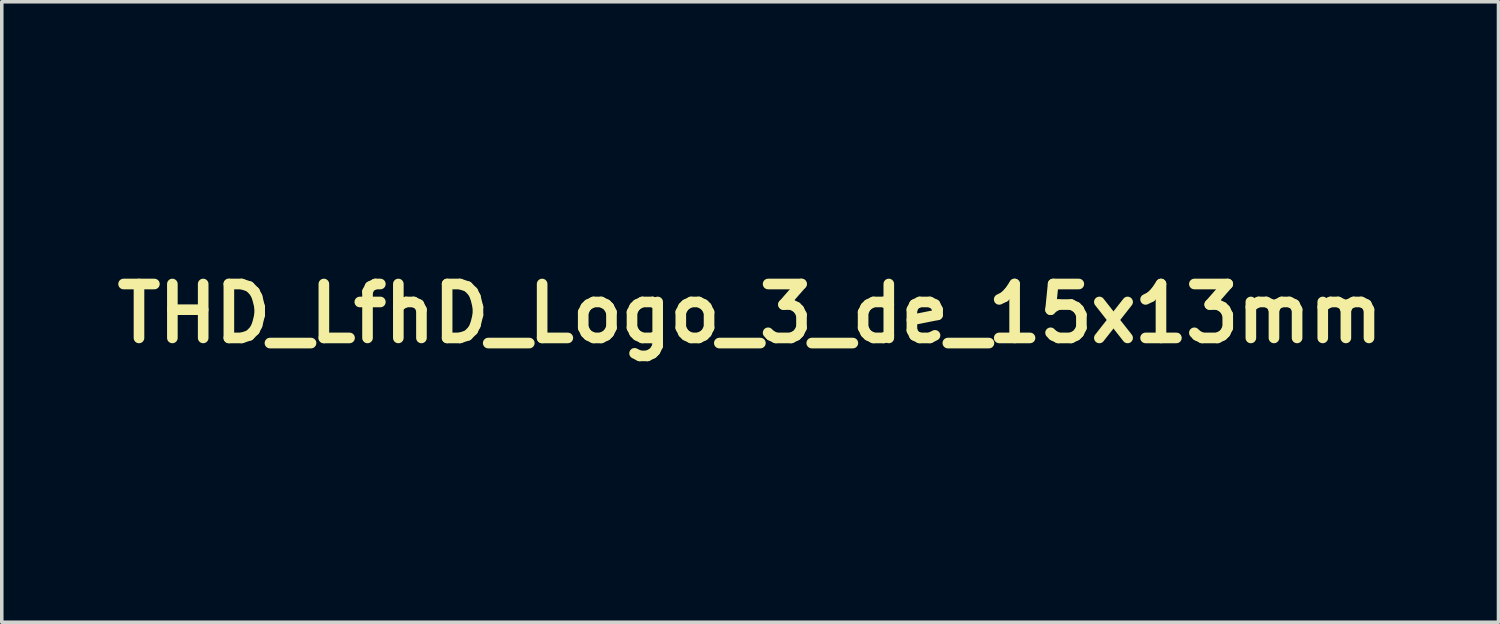
<source format=kicad_pcb>
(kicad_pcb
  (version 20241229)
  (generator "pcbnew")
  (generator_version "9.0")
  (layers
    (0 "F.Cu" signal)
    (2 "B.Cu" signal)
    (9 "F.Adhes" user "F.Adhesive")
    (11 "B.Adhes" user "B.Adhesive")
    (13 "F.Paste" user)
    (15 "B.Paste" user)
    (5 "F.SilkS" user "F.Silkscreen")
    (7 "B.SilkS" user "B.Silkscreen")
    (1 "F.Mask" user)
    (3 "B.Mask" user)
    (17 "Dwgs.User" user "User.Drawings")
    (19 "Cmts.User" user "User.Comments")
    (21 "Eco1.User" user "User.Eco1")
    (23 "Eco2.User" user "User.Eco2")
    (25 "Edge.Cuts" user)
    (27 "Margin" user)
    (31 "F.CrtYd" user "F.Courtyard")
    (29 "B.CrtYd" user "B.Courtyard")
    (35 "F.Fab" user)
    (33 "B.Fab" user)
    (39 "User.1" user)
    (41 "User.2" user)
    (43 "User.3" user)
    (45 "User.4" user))
  (footprint "THD_LfhD_Logo_3_de_15x13mm"
    (layer "F.Cu")
    (at 18.15 5.811)
    (property "Reference" "THD_LfhD_Logo_3_de_15x13mm" (at 0 0 0) (layer "F.SilkS") (effects (font (size 1.524 1.524) (thickness 0.3))))
    (attr through_hole)
    (fp_poly (pts (xy -3.855 5.67) (xy -5.443 5.67) (xy -5.443 0.953) (xy -3.855 0.953) (xy -3.855 5.67)) (stroke (width 0.01) (type solid)) (fill yes) (layer "F.Mask"))
    (fp_poly (pts (xy -0.454 5.624) (xy -2.041 5.624) (xy -2.041 0.953) (xy -0.454 0.953) (xy -0.454 5.624)) (stroke (width 0.01) (type solid)) (fill yes) (layer "F.Mask"))
    (fp_poly (pts (xy 1.406 -0.454) (xy 1.179 -0.454) (xy 1.179 -1.633) (xy 1.406 -1.633) (xy 1.406 -0.454)) (stroke (width 0.01) (type solid)) (fill yes) (layer "F.Mask"))
    (fp_poly (pts (xy -1.236 -1.625) (xy -1.111 -1.61) (xy -1.085 -0.726) (xy -0.499 -0.726) (xy -0.499 -0.454) (xy -1.361 -0.454) (xy -1.361 -1.639) (xy -1.236 -1.625)) (stroke (width 0.01) (type solid)) (fill yes) (layer "F.Mask"))
    (fp_poly (pts (xy 3.251 -5.774) (xy 3.266 -5.715) (xy 3.234 -5.639) (xy 3.175 -5.624) (xy 3.099 -5.656) (xy 3.084 -5.715) (xy 3.116 -5.791) (xy 3.175 -5.806) (xy 3.251 -5.774)) (stroke (width 0.01) (type solid)) (fill yes) (layer "F.Mask"))
    (fp_poly (pts (xy 3.614 -5.774) (xy 3.629 -5.715) (xy 3.596 -5.639) (xy 3.538 -5.624) (xy 3.462 -5.656) (xy 3.447 -5.715) (xy 3.479 -5.791) (xy 3.538 -5.806) (xy 3.614 -5.774)) (stroke (width 0.01) (type solid)) (fill yes) (layer "F.Mask"))
    (fp_poly (pts (xy -0.136 -1.089) (xy -0.136 -0.874) (xy -0.136 -0.694) (xy -0.135 -0.566) (xy -0.135 -0.51) (xy -0.172 -0.48) (xy -0.248 -0.462) (xy -0.363 -0.448) (xy -0.363 -1.633) (xy -0.136 -1.633) (xy -0.136 -1.089)) (stroke (width 0.01) (type solid)) (fill yes) (layer "F.Mask"))
    (fp_poly (pts (xy 1.849 2.937) (xy 1.837 5.692) (xy 1.645 5.706) (xy 1.453 5.72) (xy 1.429 3.152) (xy 0.68 3.146) (xy -0.068 3.14) (xy -0.082 2.931) (xy -0.096 2.721) (xy 1.451 2.721) (xy 1.451 0.181) (xy 1.86 0.181) (xy 1.849 2.937)) (stroke (width 0.01) (type solid)) (fill yes) (layer "F.Mask"))
    (fp_poly (pts (xy -2.495 -1.497) (xy -2.503 -1.405) (xy -2.548 -1.368) (xy -2.653 -1.361) (xy -2.812 -1.361) (xy -2.812 -0.454) (xy -3.084 -0.454) (xy -3.084 -1.361) (xy -3.266 -1.361) (xy -3.382 -1.366) (xy -3.434 -1.395) (xy -3.447 -1.468) (xy -3.447 -1.497) (xy -3.447 -1.633) (xy -2.495 -1.633) (xy -2.495 -1.497)) (stroke (width 0.01) (type solid)) (fill yes) (layer "F.Mask"))
    (fp_poly (pts (xy -3.629 -0.454) (xy -3.739 -0.454) (xy -3.83 -0.466) (xy -3.866 -0.488) (xy -3.87 -0.544) (xy -3.872 -0.672) (xy -3.87 -0.853) (xy -3.865 -1.068) (xy -3.864 -1.077) (xy -3.857 -1.309) (xy -3.849 -1.466) (xy -3.836 -1.561) (xy -3.816 -1.611) (xy -3.785 -1.63) (xy -3.74 -1.633) (xy -3.629 -1.633) (xy -3.629 -0.454)) (stroke (width 0.01) (type solid)) (fill yes) (layer "F.Mask"))
    (fp_poly (pts (xy -5.352 -0.454) (xy -5.463 -0.454) (xy -5.553 -0.466) (xy -5.588 -0.488) (xy -5.592 -0.544) (xy -5.593 -0.672) (xy -5.592 -0.853) (xy -5.588 -1.068) (xy -5.588 -1.077) (xy -5.581 -1.309) (xy -5.574 -1.466) (xy -5.562 -1.561) (xy -5.542 -1.611) (xy -5.511 -1.63) (xy -5.466 -1.633) (xy -5.463 -1.633) (xy -5.352 -1.633) (xy -5.352 -0.454)) (stroke (width 0.01) (type solid)) (fill yes) (layer "F.Mask"))
    (fp_poly (pts (xy -0.454 0.635) (xy -3.084 0.635) (xy -3.084 5.614) (xy -3.186 5.641) (xy -3.332 5.666) (xy -3.453 5.662) (xy -3.508 5.639) (xy -3.513 5.59) (xy -3.519 5.457) (xy -3.523 5.251) (xy -3.528 4.979) (xy -3.531 4.65) (xy -3.534 4.272) (xy -3.537 3.853) (xy -3.538 3.401) (xy -3.538 3.122) (xy -3.538 0.635) (xy -6.169 0.635) (xy -6.169 0.181) (xy -0.454 0.181) (xy -0.454 0.635)) (stroke (width 0.01) (type solid)) (fill yes) (layer "F.Mask"))
    (fp_poly (pts (xy 3.799 2.913) (xy 3.787 5.647) (xy 3.049 5.659) (xy 2.758 5.663) (xy 2.547 5.66) (xy 2.406 5.652) (xy 2.323 5.638) (xy 2.29 5.616) (xy 2.289 5.614) (xy 2.285 5.559) (xy 2.282 5.422) (xy 2.28 5.21) (xy 2.278 4.932) (xy 2.276 4.596) (xy 2.276 4.21) (xy 2.276 3.782) (xy 2.277 3.32) (xy 2.279 2.88) (xy 2.291 0.204) (xy 3.051 0.192) (xy 3.811 0.179) (xy 3.799 2.913)) (stroke (width 0.01) (type solid)) (fill yes) (layer "F.Mask"))
    (fp_poly (pts (xy 2.54 -1.361) (xy 2.227 -1.361) (xy 2.042 -1.354) (xy 1.934 -1.334) (xy 1.89 -1.297) (xy 1.88 -1.238) (xy 1.915 -1.203) (xy 2.008 -1.185) (xy 2.176 -1.179) (xy 2.207 -1.179) (xy 2.495 -1.179) (xy 2.495 -0.907) (xy 2.205 -0.907) (xy 2.026 -0.9) (xy 1.924 -0.876) (xy 1.89 -0.844) (xy 1.88 -0.786) (xy 1.912 -0.751) (xy 2.001 -0.732) (xy 2.162 -0.726) (xy 2.23 -0.726) (xy 2.54 -0.726) (xy 2.54 -0.454) (xy 1.633 -0.454) (xy 1.633 -1.633) (xy 2.54 -1.633) (xy 2.54 -1.361)) (stroke (width 0.01) (type solid)) (fill yes) (layer "F.Mask"))
    (fp_poly (pts (xy 3.073 -3.516) (xy 3.194 -3.403) (xy 3.335 -3.205) (xy 3.353 -3.175) (xy 3.561 -2.835) (xy 3.587 -3.544) (xy 3.71 -3.529) (xy 3.833 -3.515) (xy 3.845 -2.937) (xy 3.858 -2.359) (xy 3.709 -2.36) (xy 3.634 -2.367) (xy 3.572 -2.397) (xy 3.508 -2.465) (xy 3.427 -2.587) (xy 3.356 -2.704) (xy 3.152 -3.048) (xy 3.139 -2.703) (xy 3.126 -2.359) (xy 2.857 -2.359) (xy 2.858 -2.892) (xy 2.862 -3.107) (xy 2.87 -3.291) (xy 2.883 -3.425) (xy 2.897 -3.485) (xy 2.974 -3.544) (xy 3.073 -3.516)) (stroke (width 0.01) (type solid)) (fill yes) (layer "F.Mask"))
    (fp_poly (pts (xy -6.5 -3.506) (xy -6.488 -3.428) (xy -6.486 -3.314) (xy -6.486 -3.084) (xy -6.037 -3.084) (xy -6.024 -3.3) (xy -6.011 -3.43) (xy -5.984 -3.494) (xy -5.93 -3.514) (xy -5.896 -3.515) (xy -5.783 -3.515) (xy -5.77 -2.937) (xy -5.758 -2.359) (xy -5.895 -2.359) (xy -5.976 -2.363) (xy -6.017 -2.394) (xy -6.031 -2.472) (xy -6.032 -2.585) (xy -6.032 -2.812) (xy -6.486 -2.812) (xy -6.486 -2.585) (xy -6.489 -2.451) (xy -6.507 -2.384) (xy -6.555 -2.361) (xy -6.623 -2.359) (xy -6.761 -2.359) (xy -6.748 -2.937) (xy -6.736 -3.515) (xy -6.611 -3.53) (xy -6.537 -3.533) (xy -6.5 -3.506)) (stroke (width 0.01) (type solid)) (fill yes) (layer "F.Mask"))
    (fp_poly (pts (xy 6.067 -3.53) (xy 6.191 -3.515) (xy 6.204 -2.937) (xy 6.217 -2.359) (xy 6.079 -2.359) (xy 5.998 -2.363) (xy 5.957 -2.394) (xy 5.943 -2.472) (xy 5.942 -2.585) (xy 5.942 -2.812) (xy 5.488 -2.812) (xy 5.488 -2.585) (xy 5.485 -2.451) (xy 5.467 -2.384) (xy 5.419 -2.361) (xy 5.351 -2.359) (xy 5.213 -2.359) (xy 5.226 -2.937) (xy 5.239 -3.515) (xy 5.363 -3.53) (xy 5.437 -3.533) (xy 5.474 -3.506) (xy 5.487 -3.428) (xy 5.488 -3.314) (xy 5.488 -3.084) (xy 5.942 -3.084) (xy 5.942 -3.314) (xy 5.945 -3.449) (xy 5.961 -3.515) (xy 6.004 -3.534) (xy 6.067 -3.53)) (stroke (width 0.01) (type solid)) (fill yes) (layer "F.Mask"))
    (fp_poly (pts (xy 2.668 -5.409) (xy 2.654 -5.34) (xy 2.619 -5.302) (xy 2.541 -5.282) (xy 2.397 -5.272) (xy 2.37 -5.271) (xy 2.213 -5.26) (xy 2.127 -5.241) (xy 2.092 -5.207) (xy 2.086 -5.169) (xy 2.098 -5.117) (xy 2.146 -5.091) (xy 2.254 -5.081) (xy 2.336 -5.08) (xy 2.479 -5.078) (xy 2.553 -5.063) (xy 2.581 -5.023) (xy 2.585 -4.946) (xy 2.585 -4.944) (xy 2.581 -4.866) (xy 2.554 -4.826) (xy 2.481 -4.81) (xy 2.34 -4.808) (xy 2.086 -4.808) (xy 2.086 -4.581) (xy 2.083 -4.447) (xy 2.065 -4.38) (xy 2.018 -4.357) (xy 1.95 -4.354) (xy 1.814 -4.354) (xy 1.814 -5.534) (xy 2.682 -5.534) (xy 2.668 -5.409)) (stroke (width 0.01) (type solid)) (fill yes) (layer "F.Mask"))
    (fp_poly (pts (xy 2.676 -3.27) (xy 2.37 -3.256) (xy 2.201 -3.245) (xy 2.104 -3.224) (xy 2.059 -3.19) (xy 2.05 -3.164) (xy 2.052 -3.121) (xy 2.094 -3.097) (xy 2.192 -3.086) (xy 2.333 -3.084) (xy 2.631 -3.084) (xy 2.631 -2.95) (xy 2.627 -2.877) (xy 2.601 -2.836) (xy 2.532 -2.816) (xy 2.4 -2.806) (xy 2.348 -2.803) (xy 2.186 -2.79) (xy 2.094 -2.767) (xy 2.055 -2.728) (xy 2.05 -2.71) (xy 2.052 -2.668) (xy 2.092 -2.644) (xy 2.186 -2.633) (xy 2.353 -2.631) (xy 2.676 -2.631) (xy 2.676 -2.359) (xy 1.766 -2.359) (xy 1.779 -2.937) (xy 1.792 -3.515) (xy 2.234 -3.528) (xy 2.676 -3.541) (xy 2.676 -3.27)) (stroke (width 0.01) (type solid)) (fill yes) (layer "F.Mask"))
    (fp_poly (pts (xy 7.303 -3.404) (xy 7.299 -3.333) (xy 7.275 -3.292) (xy 7.211 -3.271) (xy 7.087 -3.261) (xy 6.997 -3.256) (xy 6.828 -3.245) (xy 6.73 -3.224) (xy 6.685 -3.19) (xy 6.676 -3.164) (xy 6.679 -3.121) (xy 6.72 -3.097) (xy 6.819 -3.086) (xy 6.959 -3.084) (xy 7.257 -3.084) (xy 7.257 -2.95) (xy 7.253 -2.877) (xy 7.227 -2.836) (xy 7.159 -2.816) (xy 7.026 -2.806) (xy 6.974 -2.803) (xy 6.812 -2.79) (xy 6.721 -2.767) (xy 6.681 -2.728) (xy 6.676 -2.71) (xy 6.679 -2.668) (xy 6.718 -2.644) (xy 6.812 -2.633) (xy 6.979 -2.631) (xy 7.303 -2.631) (xy 7.303 -2.359) (xy 6.395 -2.359) (xy 6.395 -3.538) (xy 7.303 -3.538) (xy 7.303 -3.404)) (stroke (width 0.01) (type solid)) (fill yes) (layer "F.Mask"))
    (fp_poly (pts (xy -6.126 -1.62) (xy -6.048 -1.594) (xy -5.98 -1.541) (xy -5.944 -1.506) (xy -5.823 -1.325) (xy -5.769 -1.111) (xy -5.782 -0.888) (xy -5.862 -0.685) (xy -5.942 -0.583) (xy -6.014 -0.517) (xy -6.087 -0.479) (xy -6.187 -0.46) (xy -6.339 -0.454) (xy -6.426 -0.454) (xy -6.781 -0.453) (xy -6.771 -1.032) (xy -6.765 -1.361) (xy -6.531 -1.361) (xy -6.531 -0.726) (xy -6.37 -0.726) (xy -6.234 -0.739) (xy -6.125 -0.77) (xy -6.12 -0.773) (xy -6.064 -0.825) (xy -6.038 -0.921) (xy -6.032 -1.043) (xy -6.049 -1.208) (xy -6.109 -1.306) (xy -6.229 -1.352) (xy -6.37 -1.361) (xy -6.531 -1.361) (xy -6.765 -1.361) (xy -6.761 -1.61) (xy -6.418 -1.623) (xy -6.24 -1.628) (xy -6.126 -1.62)) (stroke (width 0.01) (type solid)) (fill yes) (layer "F.Mask"))
    (fp_poly (pts (xy 3.084 -5.134) (xy 3.09 -4.911) (xy 3.11 -4.763) (xy 3.152 -4.676) (xy 3.222 -4.635) (xy 3.311 -4.626) (xy 3.411 -4.638) (xy 3.477 -4.684) (xy 3.516 -4.778) (xy 3.534 -4.935) (xy 3.538 -5.134) (xy 3.539 -5.325) (xy 3.545 -5.443) (xy 3.561 -5.505) (xy 3.593 -5.529) (xy 3.645 -5.534) (xy 3.651 -5.534) (xy 3.765 -5.534) (xy 3.765 -5.055) (xy 3.763 -4.839) (xy 3.756 -4.694) (xy 3.74 -4.598) (xy 3.711 -4.533) (xy 3.665 -4.478) (xy 3.653 -4.466) (xy 3.518 -4.385) (xy 3.34 -4.351) (xy 3.157 -4.363) (xy 3.008 -4.425) (xy 2.996 -4.434) (xy 2.906 -4.556) (xy 2.847 -4.756) (xy 2.817 -5.037) (xy 2.813 -5.205) (xy 2.812 -5.534) (xy 3.084 -5.534) (xy 3.084 -5.134)) (stroke (width 0.01) (type solid)) (fill yes) (layer "F.Mask"))
    (fp_poly (pts (xy -2.549 -3.527) (xy -2.472 -3.503) (xy -2.408 -3.453) (xy -2.356 -3.399) (xy -2.283 -3.312) (xy -2.243 -3.227) (xy -2.226 -3.112) (xy -2.223 -2.948) (xy -2.227 -2.776) (xy -2.245 -2.664) (xy -2.287 -2.579) (xy -2.354 -2.499) (xy -2.425 -2.43) (xy -2.492 -2.388) (xy -2.581 -2.367) (xy -2.717 -2.359) (xy -2.854 -2.359) (xy -3.223 -2.359) (xy -3.21 -2.937) (xy -3.203 -3.266) (xy -2.948 -3.266) (xy -2.948 -2.631) (xy -2.746 -2.631) (xy -2.603 -2.642) (xy -2.522 -2.683) (xy -2.496 -2.718) (xy -2.455 -2.863) (xy -2.459 -3.023) (xy -2.505 -3.157) (xy -2.524 -3.183) (xy -2.641 -3.249) (xy -2.774 -3.266) (xy -2.948 -3.266) (xy -3.203 -3.266) (xy -3.198 -3.515) (xy -2.844 -3.528) (xy -2.664 -3.533) (xy -2.549 -3.527)) (stroke (width 0.01) (type solid)) (fill yes) (layer "F.Mask"))
    (fp_poly (pts (xy 4.15 -1.61) (xy 4.163 -1.191) (xy 4.171 -0.994) (xy 4.182 -0.869) (xy 4.201 -0.798) (xy 4.234 -0.763) (xy 4.284 -0.745) (xy 4.402 -0.722) (xy 4.481 -0.732) (xy 4.531 -0.789) (xy 4.559 -0.906) (xy 4.576 -1.096) (xy 4.581 -1.18) (xy 4.592 -1.379) (xy 4.605 -1.506) (xy 4.624 -1.577) (xy 4.656 -1.609) (xy 4.707 -1.622) (xy 4.728 -1.625) (xy 4.853 -1.639) (xy 4.853 -1.157) (xy 4.852 -0.942) (xy 4.846 -0.797) (xy 4.831 -0.703) (xy 4.802 -0.64) (xy 4.756 -0.587) (xy 4.733 -0.565) (xy 4.581 -0.477) (xy 4.396 -0.445) (xy 4.211 -0.468) (xy 4.059 -0.547) (xy 4.033 -0.571) (xy 3.983 -0.632) (xy 3.95 -0.702) (xy 3.929 -0.802) (xy 3.916 -0.952) (xy 3.908 -1.164) (xy 3.892 -1.64) (xy 4.15 -1.61)) (stroke (width 0.01) (type solid)) (fill yes) (layer "F.Mask"))
    (fp_poly (pts (xy 6.032 -0.454) (xy 5.899 -0.454) (xy 5.824 -0.463) (xy 5.761 -0.502) (xy 5.694 -0.589) (xy 5.605 -0.739) (xy 5.6 -0.748) (xy 5.515 -0.894) (xy 5.442 -1.008) (xy 5.397 -1.066) (xy 5.394 -1.068) (xy 5.373 -1.04) (xy 5.358 -0.939) (xy 5.352 -0.783) (xy 5.352 -0.774) (xy 5.352 -0.454) (xy 5.08 -0.454) (xy 5.08 -1.633) (xy 5.214 -1.633) (xy 5.287 -1.624) (xy 5.35 -1.586) (xy 5.419 -1.504) (xy 5.51 -1.361) (xy 5.537 -1.315) (xy 5.628 -1.165) (xy 5.703 -1.048) (xy 5.749 -0.984) (xy 5.755 -0.979) (xy 5.768 -1.011) (xy 5.779 -1.113) (xy 5.783 -1.264) (xy 5.783 -1.286) (xy 5.785 -1.454) (xy 5.794 -1.552) (xy 5.819 -1.6) (xy 5.867 -1.619) (xy 5.908 -1.625) (xy 6.032 -1.639) (xy 6.032 -0.454)) (stroke (width 0.01) (type solid)) (fill yes) (layer "F.Mask"))
    (fp_poly (pts (xy -0.32 -5.494) (xy -0.144 -5.381) (xy -0.025 -5.201) (xy 0.001 -5.122) (xy 0.022 -4.89) (xy -0.034 -4.673) (xy -0.161 -4.494) (xy -0.186 -4.471) (xy -0.366 -4.374) (xy -0.573 -4.348) (xy -0.775 -4.393) (xy -0.903 -4.471) (xy -1.04 -4.642) (xy -1.107 -4.855) (xy -1.102 -4.974) (xy -0.862 -4.974) (xy -0.83 -4.793) (xy -0.737 -4.677) (xy -0.583 -4.628) (xy -0.544 -4.626) (xy -0.401 -4.645) (xy -0.311 -4.71) (xy -0.297 -4.727) (xy -0.235 -4.873) (xy -0.233 -5.026) (xy -0.287 -5.152) (xy -0.328 -5.191) (xy -0.48 -5.255) (xy -0.632 -5.252) (xy -0.76 -5.189) (xy -0.843 -5.076) (xy -0.862 -4.974) (xy -1.102 -4.974) (xy -1.098 -5.087) (xy -1.089 -5.122) (xy -0.993 -5.325) (xy -0.837 -5.463) (xy -0.628 -5.529) (xy -0.544 -5.534) (xy -0.32 -5.494)) (stroke (width 0.01) (type solid)) (fill yes) (layer "F.Mask"))
    (fp_poly (pts (xy -4.436 -1.621) (xy -4.323 -1.58) (xy -4.248 -1.522) (xy -4.149 -1.401) (xy -4.138 -1.302) (xy -4.213 -1.228) (xy -4.295 -1.21) (xy -4.374 -1.266) (xy -4.378 -1.271) (xy -4.502 -1.347) (xy -4.652 -1.356) (xy -4.795 -1.299) (xy -4.845 -1.256) (xy -4.929 -1.115) (xy -4.933 -0.975) (xy -4.868 -0.852) (xy -4.742 -0.763) (xy -4.564 -0.726) (xy -4.547 -0.726) (xy -4.417 -0.737) (xy -4.344 -0.762) (xy -4.339 -0.793) (xy -4.41 -0.819) (xy -4.455 -0.825) (xy -4.559 -0.847) (xy -4.599 -0.9) (xy -4.603 -0.953) (xy -4.597 -1.017) (xy -4.562 -1.053) (xy -4.477 -1.07) (xy -4.343 -1.079) (xy -4.082 -1.093) (xy -4.083 -0.875) (xy -4.09 -0.737) (xy -4.122 -0.652) (xy -4.199 -0.584) (xy -4.241 -0.556) (xy -4.424 -0.479) (xy -4.631 -0.455) (xy -4.825 -0.486) (xy -4.89 -0.515) (xy -5.044 -0.648) (xy -5.137 -0.827) (xy -5.169 -1.031) (xy -5.139 -1.24) (xy -5.046 -1.431) (xy -4.918 -1.564) (xy -4.819 -1.604) (xy -4.671 -1.628) (xy -4.599 -1.631) (xy -4.436 -1.621)) (stroke (width 0.01) (type solid)) (fill yes) (layer "F.Mask"))
    (fp_poly (pts (xy 0.65 -1.616) (xy 0.799 -1.561) (xy 0.908 -1.473) (xy 0.952 -1.36) (xy 0.953 -1.352) (xy 0.946 -1.303) (xy 0.915 -1.28) (xy 0.843 -1.282) (xy 0.712 -1.308) (xy 0.579 -1.34) (xy 0.46 -1.354) (xy 0.381 -1.343) (xy 0.335 -1.3) (xy 0.363 -1.248) (xy 0.452 -1.198) (xy 0.584 -1.163) (xy 0.775 -1.102) (xy 0.913 -1.001) (xy 0.991 -0.873) (xy 1.001 -0.735) (xy 0.935 -0.602) (xy 0.878 -0.548) (xy 0.719 -0.471) (xy 0.526 -0.448) (xy 0.334 -0.475) (xy 0.179 -0.553) (xy 0.165 -0.565) (xy 0.085 -0.659) (xy 0.046 -0.743) (xy 0.045 -0.751) (xy 0.062 -0.8) (xy 0.128 -0.807) (xy 0.193 -0.796) (xy 0.338 -0.77) (xy 0.505 -0.745) (xy 0.533 -0.741) (xy 0.654 -0.73) (xy 0.71 -0.746) (xy 0.725 -0.795) (xy 0.726 -0.812) (xy 0.7 -0.887) (xy 0.618 -0.907) (xy 0.473 -0.931) (xy 0.32 -0.99) (xy 0.194 -1.069) (xy 0.138 -1.131) (xy 0.093 -1.297) (xy 0.132 -1.453) (xy 0.196 -1.534) (xy 0.325 -1.608) (xy 0.485 -1.634) (xy 0.65 -1.616)) (stroke (width 0.01) (type solid)) (fill yes) (layer "F.Mask"))
    (fp_poly (pts (xy 6.964 -1.619) (xy 7.089 -1.57) (xy 7.163 -1.515) (xy 7.271 -1.403) (xy 7.295 -1.313) (xy 7.235 -1.239) (xy 7.203 -1.22) (xy 7.12 -1.193) (xy 7.055 -1.231) (xy 7.026 -1.264) (xy 6.913 -1.34) (xy 6.767 -1.361) (xy 6.627 -1.327) (xy 6.561 -1.278) (xy 6.498 -1.154) (xy 6.487 -1.005) (xy 6.525 -0.869) (xy 6.587 -0.796) (xy 6.679 -0.757) (xy 6.803 -0.733) (xy 6.931 -0.726) (xy 7.031 -0.737) (xy 7.075 -0.768) (xy 7.076 -0.771) (xy 7.036 -0.803) (xy 6.941 -0.816) (xy 6.94 -0.816) (xy 6.843 -0.828) (xy 6.808 -0.881) (xy 6.804 -0.953) (xy 6.804 -1.089) (xy 7.348 -1.089) (xy 7.348 -0.927) (xy 7.335 -0.791) (xy 7.303 -0.682) (xy 7.301 -0.678) (xy 7.195 -0.567) (xy 7.027 -0.489) (xy 6.821 -0.454) (xy 6.786 -0.454) (xy 6.638 -0.467) (xy 6.523 -0.52) (xy 6.425 -0.603) (xy 6.279 -0.794) (xy 6.219 -1.001) (xy 6.244 -1.212) (xy 6.357 -1.415) (xy 6.416 -1.481) (xy 6.524 -1.576) (xy 6.627 -1.621) (xy 6.77 -1.633) (xy 6.796 -1.633) (xy 6.964 -1.619)) (stroke (width 0.01) (type solid)) (fill yes) (layer "F.Mask"))
    (fp_poly (pts (xy -2.053 -1.624) (xy -2.053 -1.624) (xy -1.969 -1.588) (xy -1.898 -1.491) (xy -1.859 -1.406) (xy -1.791 -1.24) (xy -1.716 -1.053) (xy -1.642 -0.864) (xy -1.577 -0.693) (xy -1.526 -0.56) (xy -1.499 -0.483) (xy -1.497 -0.473) (xy -1.536 -0.459) (xy -1.628 -0.454) (xy -1.731 -0.473) (xy -1.791 -0.548) (xy -1.807 -0.59) (xy -1.845 -0.673) (xy -1.902 -0.713) (xy -2.007 -0.725) (xy -2.065 -0.726) (xy -2.197 -0.72) (xy -2.269 -0.692) (xy -2.313 -0.625) (xy -2.327 -0.59) (xy -2.384 -0.49) (xy -2.472 -0.455) (xy -2.509 -0.454) (xy -2.605 -0.47) (xy -2.619 -0.51) (xy -2.596 -0.574) (xy -2.549 -0.703) (xy -2.486 -0.878) (xy -2.43 -1.033) (xy -2.168 -1.033) (xy -2.133 -1.001) (xy -2.091 -0.998) (xy -2.012 -1.028) (xy -1.996 -1.077) (xy -2.014 -1.164) (xy -2.051 -1.241) (xy -2.092 -1.273) (xy -2.103 -1.269) (xy -2.129 -1.213) (xy -2.156 -1.122) (xy -2.168 -1.033) (xy -2.43 -1.033) (xy -2.426 -1.043) (xy -2.338 -1.281) (xy -2.272 -1.445) (xy -2.218 -1.549) (xy -2.169 -1.605) (xy -2.117 -1.626) (xy -2.053 -1.624)) (stroke (width 0.01) (type solid)) (fill yes) (layer "F.Mask"))
    (fp_poly (pts (xy 3.324 -1.631) (xy 3.45 -1.623) (xy 3.527 -1.603) (xy 3.575 -1.567) (xy 3.608 -1.523) (xy 3.658 -1.385) (xy 3.666 -1.244) (xy 3.639 -1.119) (xy 3.571 -1.035) (xy 3.455 -0.968) (xy 3.472 -0.931) (xy 3.529 -0.842) (xy 3.603 -0.736) (xy 3.688 -0.613) (xy 3.747 -0.52) (xy 3.765 -0.482) (xy 3.725 -0.462) (xy 3.633 -0.454) (xy 3.544 -0.469) (xy 3.462 -0.527) (xy 3.365 -0.644) (xy 3.338 -0.68) (xy 3.22 -0.823) (xy 3.121 -0.898) (xy 3.084 -0.907) (xy 3.03 -0.895) (xy 3.003 -0.845) (xy 2.994 -0.733) (xy 2.994 -0.68) (xy 2.991 -0.546) (xy 2.972 -0.479) (xy 2.925 -0.456) (xy 2.857 -0.454) (xy 2.721 -0.454) (xy 2.721 -1.228) (xy 2.971 -1.228) (xy 3.024 -1.193) (xy 3.149 -1.185) (xy 3.218 -1.189) (xy 3.357 -1.208) (xy 3.425 -1.248) (xy 3.439 -1.281) (xy 3.434 -1.329) (xy 3.383 -1.353) (xy 3.267 -1.361) (xy 3.229 -1.361) (xy 3.064 -1.348) (xy 2.985 -1.308) (xy 2.979 -1.297) (xy 2.971 -1.228) (xy 2.721 -1.228) (xy 2.721 -1.633) (xy 3.129 -1.633) (xy 3.324 -1.631)) (stroke (width 0.01) (type solid)) (fill yes) (layer "F.Mask"))
    (fp_poly (pts (xy -5.046 -3.511) (xy -5 -3.49) (xy -4.956 -3.439) (xy -4.905 -3.344) (xy -4.84 -3.19) (xy -4.752 -2.972) (xy -4.671 -2.765) (xy -4.603 -2.589) (xy -4.556 -2.46) (xy -4.536 -2.396) (xy -4.536 -2.394) (xy -4.575 -2.368) (xy -4.662 -2.359) (xy -4.763 -2.38) (xy -4.826 -2.462) (xy -4.839 -2.495) (xy -4.88 -2.578) (xy -4.938 -2.618) (xy -5.045 -2.63) (xy -5.103 -2.631) (xy -5.235 -2.625) (xy -5.308 -2.597) (xy -5.351 -2.532) (xy -5.366 -2.495) (xy -5.424 -2.394) (xy -5.513 -2.36) (xy -5.544 -2.359) (xy -5.635 -2.362) (xy -5.669 -2.37) (xy -5.654 -2.414) (xy -5.612 -2.527) (xy -5.549 -2.693) (xy -5.473 -2.896) (xy -5.453 -2.948) (xy -5.447 -2.962) (xy -5.206 -2.962) (xy -5.203 -2.915) (xy -5.149 -2.903) (xy -5.103 -2.903) (xy -5.018 -2.914) (xy -4.991 -2.937) (xy -5.012 -2.998) (xy -5.056 -3.084) (xy -5.119 -3.198) (xy -5.167 -3.07) (xy -5.206 -2.962) (xy -5.447 -2.962) (xy -5.365 -3.177) (xy -5.3 -3.334) (xy -5.251 -3.433) (xy -5.208 -3.487) (xy -5.164 -3.51) (xy -5.11 -3.515) (xy -5.102 -3.515) (xy -5.046 -3.511)) (stroke (width 0.01) (type solid)) (fill yes) (layer "F.Mask"))
    (fp_poly (pts (xy -0.054 -3.511) (xy -0.008 -3.49) (xy 0.037 -3.437) (xy 0.089 -3.339) (xy 0.157 -3.182) (xy 0.234 -2.994) (xy 0.316 -2.789) (xy 0.383 -2.612) (xy 0.43 -2.482) (xy 0.449 -2.417) (xy 0.45 -2.415) (xy 0.413 -2.373) (xy 0.327 -2.359) (xy 0.226 -2.38) (xy 0.163 -2.462) (xy 0.15 -2.495) (xy 0.11 -2.578) (xy 0.051 -2.618) (xy -0.055 -2.63) (xy -0.113 -2.631) (xy -0.246 -2.625) (xy -0.318 -2.597) (xy -0.362 -2.532) (xy -0.377 -2.495) (xy -0.435 -2.394) (xy -0.524 -2.36) (xy -0.554 -2.359) (xy -0.645 -2.362) (xy -0.68 -2.37) (xy -0.664 -2.414) (xy -0.622 -2.527) (xy -0.56 -2.693) (xy -0.483 -2.896) (xy -0.463 -2.948) (xy -0.458 -2.962) (xy -0.216 -2.962) (xy -0.214 -2.915) (xy -0.16 -2.903) (xy -0.113 -2.903) (xy -0.029 -2.914) (xy -0.002 -2.937) (xy -0.023 -2.998) (xy -0.066 -3.084) (xy -0.129 -3.198) (xy -0.178 -3.07) (xy -0.216 -2.962) (xy -0.458 -2.962) (xy -0.375 -3.177) (xy -0.311 -3.334) (xy -0.262 -3.433) (xy -0.219 -3.487) (xy -0.175 -3.51) (xy -0.121 -3.515) (xy -0.112 -3.515) (xy -0.054 -3.511)) (stroke (width 0.01) (type solid)) (fill yes) (layer "F.Mask"))
    (fp_poly (pts (xy 4.57 -3.511) (xy 4.616 -3.49) (xy 4.66 -3.439) (xy 4.71 -3.344) (xy 4.776 -3.19) (xy 4.864 -2.972) (xy 4.945 -2.765) (xy 5.012 -2.589) (xy 5.059 -2.46) (xy 5.08 -2.396) (xy 5.08 -2.394) (xy 5.041 -2.368) (xy 4.954 -2.359) (xy 4.852 -2.38) (xy 4.79 -2.462) (xy 4.776 -2.495) (xy 4.736 -2.578) (xy 4.678 -2.618) (xy 4.571 -2.63) (xy 4.513 -2.631) (xy 4.381 -2.625) (xy 4.308 -2.597) (xy 4.265 -2.532) (xy 4.25 -2.495) (xy 4.192 -2.394) (xy 4.103 -2.36) (xy 4.072 -2.359) (xy 3.981 -2.362) (xy 3.947 -2.37) (xy 3.962 -2.414) (xy 4.004 -2.527) (xy 4.066 -2.693) (xy 4.143 -2.896) (xy 4.163 -2.948) (xy 4.169 -2.962) (xy 4.41 -2.962) (xy 4.413 -2.915) (xy 4.466 -2.903) (xy 4.513 -2.903) (xy 4.598 -2.914) (xy 4.625 -2.937) (xy 4.604 -2.998) (xy 4.56 -3.084) (xy 4.497 -3.198) (xy 4.448 -3.07) (xy 4.41 -2.962) (xy 4.169 -2.962) (xy 4.251 -3.177) (xy 4.316 -3.334) (xy 4.365 -3.433) (xy 4.408 -3.487) (xy 4.452 -3.51) (xy 4.505 -3.515) (xy 4.513 -3.515) (xy 4.57 -3.511)) (stroke (width 0.01) (type solid)) (fill yes) (layer "F.Mask"))
    (fp_poly (pts (xy -1.663 -5.53) (xy -1.53 -5.518) (xy -1.447 -5.494) (xy -1.393 -5.453) (xy -1.39 -5.451) (xy -1.328 -5.323) (xy -1.321 -5.163) (xy -1.362 -5.033) (xy -1.381 -4.951) (xy -1.33 -4.868) (xy -1.316 -4.854) (xy -1.248 -4.745) (xy -1.251 -4.637) (xy -1.296 -4.513) (xy -1.373 -4.43) (xy -1.497 -4.381) (xy -1.685 -4.358) (xy -1.865 -4.354) (xy -2.268 -4.354) (xy -2.268 -4.717) (xy -1.996 -4.717) (xy -1.987 -4.662) (xy -1.946 -4.636) (xy -1.85 -4.631) (xy -1.758 -4.635) (xy -1.608 -4.652) (xy -1.534 -4.683) (xy -1.519 -4.717) (xy -1.547 -4.761) (xy -1.64 -4.788) (xy -1.758 -4.799) (xy -1.897 -4.803) (xy -1.968 -4.791) (xy -1.993 -4.754) (xy -1.996 -4.717) (xy -2.268 -4.717) (xy -2.268 -5.171) (xy -1.996 -5.171) (xy -1.984 -5.116) (xy -1.933 -5.089) (xy -1.821 -5.08) (xy -1.769 -5.08) (xy -1.633 -5.085) (xy -1.565 -5.105) (xy -1.543 -5.15) (xy -1.542 -5.171) (xy -1.554 -5.225) (xy -1.605 -5.252) (xy -1.716 -5.261) (xy -1.769 -5.261) (xy -1.905 -5.257) (xy -1.973 -5.236) (xy -1.995 -5.192) (xy -1.996 -5.171) (xy -2.268 -5.171) (xy -2.268 -5.534) (xy -1.867 -5.534) (xy -1.663 -5.53)) (stroke (width 0.01) (type solid)) (fill yes) (layer "F.Mask"))
    (fp_poly (pts (xy 1.19 -3.536) (xy 1.316 -3.528) (xy 1.395 -3.507) (xy 1.45 -3.469) (xy 1.493 -3.418) (xy 1.56 -3.306) (xy 1.587 -3.202) (xy 1.587 -3.202) (xy 1.561 -3.086) (xy 1.495 -2.978) (xy 1.415 -2.911) (xy 1.381 -2.903) (xy 1.332 -2.896) (xy 1.324 -2.865) (xy 1.362 -2.797) (xy 1.451 -2.675) (xy 1.474 -2.644) (xy 1.577 -2.503) (xy 1.621 -2.418) (xy 1.61 -2.374) (xy 1.544 -2.359) (xy 1.508 -2.359) (xy 1.417 -2.378) (xy 1.327 -2.448) (xy 1.224 -2.574) (xy 1.115 -2.701) (xy 1.013 -2.784) (xy 0.963 -2.804) (xy 0.903 -2.805) (xy 0.873 -2.77) (xy 0.863 -2.679) (xy 0.862 -2.589) (xy 0.859 -2.453) (xy 0.841 -2.385) (xy 0.795 -2.361) (xy 0.726 -2.359) (xy 0.59 -2.359) (xy 0.59 -3.173) (xy 0.862 -3.173) (xy 0.872 -3.117) (xy 0.918 -3.092) (xy 1.023 -3.09) (xy 1.077 -3.093) (xy 1.219 -3.112) (xy 1.29 -3.149) (xy 1.307 -3.186) (xy 1.302 -3.234) (xy 1.253 -3.258) (xy 1.137 -3.265) (xy 1.092 -3.266) (xy 0.955 -3.261) (xy 0.886 -3.242) (xy 0.863 -3.198) (xy 0.862 -3.173) (xy 0.59 -3.173) (xy 0.59 -3.538) (xy 0.995 -3.538) (xy 1.19 -3.536)) (stroke (width 0.01) (type solid)) (fill yes) (layer "F.Mask"))
    (fp_poly (pts (xy -3.672 -3.529) (xy -3.595 -3.51) (xy -3.542 -3.473) (xy -3.497 -3.42) (xy -3.43 -3.307) (xy -3.402 -3.204) (xy -3.402 -3.202) (xy -3.429 -3.086) (xy -3.494 -2.978) (xy -3.574 -2.911) (xy -3.608 -2.903) (xy -3.657 -2.896) (xy -3.665 -2.865) (xy -3.627 -2.797) (xy -3.539 -2.675) (xy -3.515 -2.644) (xy -3.413 -2.503) (xy -3.368 -2.418) (xy -3.379 -2.374) (xy -3.446 -2.359) (xy -3.481 -2.359) (xy -3.572 -2.378) (xy -3.662 -2.448) (xy -3.765 -2.574) (xy -3.875 -2.701) (xy -3.977 -2.784) (xy -4.026 -2.804) (xy -4.086 -2.805) (xy -4.116 -2.77) (xy -4.126 -2.679) (xy -4.128 -2.589) (xy -4.13 -2.453) (xy -4.148 -2.385) (xy -4.195 -2.361) (xy -4.265 -2.359) (xy -4.402 -2.359) (xy -4.39 -2.937) (xy -4.384 -3.173) (xy -4.128 -3.173) (xy -4.117 -3.117) (xy -4.071 -3.092) (xy -3.966 -3.09) (xy -3.912 -3.093) (xy -3.771 -3.112) (xy -3.7 -3.149) (xy -3.682 -3.186) (xy -3.687 -3.234) (xy -3.737 -3.258) (xy -3.852 -3.265) (xy -3.897 -3.266) (xy -4.034 -3.261) (xy -4.103 -3.242) (xy -4.126 -3.198) (xy -4.128 -3.173) (xy -4.384 -3.173) (xy -4.377 -3.515) (xy -3.985 -3.528) (xy -3.794 -3.533) (xy -3.672 -3.529)) (stroke (width 0.01) (type solid)) (fill yes) (layer "F.Mask"))
    (fp_poly (pts (xy 0.781 -5.532) (xy 0.908 -5.523) (xy 0.987 -5.503) (xy 1.042 -5.465) (xy 1.085 -5.414) (xy 1.151 -5.302) (xy 1.179 -5.198) (xy 1.179 -5.197) (xy 1.152 -5.082) (xy 1.087 -4.974) (xy 1.007 -4.907) (xy 0.973 -4.899) (xy 0.925 -4.893) (xy 0.916 -4.866) (xy 0.95 -4.803) (xy 1.034 -4.687) (xy 1.066 -4.646) (xy 1.169 -4.503) (xy 1.214 -4.416) (xy 1.201 -4.37) (xy 1.132 -4.355) (xy 1.1 -4.354) (xy 1.009 -4.374) (xy 0.919 -4.444) (xy 0.816 -4.57) (xy 0.707 -4.697) (xy 0.604 -4.78) (xy 0.555 -4.8) (xy 0.495 -4.8) (xy 0.465 -4.766) (xy 0.455 -4.674) (xy 0.454 -4.584) (xy 0.451 -4.449) (xy 0.433 -4.381) (xy 0.387 -4.357) (xy 0.318 -4.354) (xy 0.181 -4.354) (xy 0.181 -5.171) (xy 0.454 -5.171) (xy 0.466 -5.116) (xy 0.516 -5.089) (xy 0.628 -5.08) (xy 0.68 -5.08) (xy 0.816 -5.085) (xy 0.884 -5.105) (xy 0.906 -5.15) (xy 0.907 -5.171) (xy 0.895 -5.225) (xy 0.845 -5.252) (xy 0.733 -5.261) (xy 0.68 -5.261) (xy 0.544 -5.257) (xy 0.476 -5.236) (xy 0.455 -5.192) (xy 0.454 -5.171) (xy 0.181 -5.171) (xy 0.181 -5.534) (xy 0.586 -5.534) (xy 0.781 -5.532)) (stroke (width 0.01) (type solid)) (fill yes) (layer "F.Mask"))
    (fp_poly (pts (xy 4.591 -5.532) (xy 4.718 -5.523) (xy 4.797 -5.503) (xy 4.852 -5.465) (xy 4.895 -5.414) (xy 4.961 -5.302) (xy 4.989 -5.198) (xy 4.989 -5.197) (xy 4.962 -5.082) (xy 4.897 -4.974) (xy 4.817 -4.907) (xy 4.783 -4.899) (xy 4.735 -4.893) (xy 4.726 -4.866) (xy 4.76 -4.803) (xy 4.844 -4.687) (xy 4.876 -4.646) (xy 4.979 -4.503) (xy 5.024 -4.416) (xy 5.011 -4.37) (xy 4.942 -4.355) (xy 4.91 -4.354) (xy 4.819 -4.374) (xy 4.729 -4.444) (xy 4.626 -4.57) (xy 4.517 -4.697) (xy 4.414 -4.78) (xy 4.365 -4.8) (xy 4.305 -4.8) (xy 4.275 -4.766) (xy 4.265 -4.674) (xy 4.264 -4.584) (xy 4.261 -4.449) (xy 4.243 -4.381) (xy 4.197 -4.357) (xy 4.128 -4.354) (xy 3.991 -4.354) (xy 3.991 -5.171) (xy 4.264 -5.171) (xy 4.276 -5.116) (xy 4.326 -5.089) (xy 4.438 -5.08) (xy 4.49 -5.08) (xy 4.626 -5.085) (xy 4.694 -5.105) (xy 4.716 -5.15) (xy 4.717 -5.171) (xy 4.705 -5.225) (xy 4.655 -5.252) (xy 4.543 -5.261) (xy 4.49 -5.261) (xy 4.354 -5.257) (xy 4.286 -5.236) (xy 4.265 -5.192) (xy 4.264 -5.171) (xy 3.991 -5.171) (xy 3.991 -5.534) (xy 4.396 -5.534) (xy 4.591 -5.532)) (stroke (width 0.01) (type solid)) (fill yes) (layer "F.Mask"))
    (fp_poly (pts (xy -4.173 -4.626) (xy -3.878 -4.626) (xy -3.72 -4.625) (xy -3.631 -4.614) (xy -3.593 -4.585) (xy -3.583 -4.531) (xy -3.583 -4.505) (xy -3.578 -4.434) (xy -3.56 -4.418) (xy -3.526 -4.465) (xy -3.471 -4.579) (xy -3.393 -4.768) (xy -3.32 -4.956) (xy -3.075 -4.956) (xy -3.07 -4.91) (xy -3.012 -4.899) (xy -2.968 -4.899) (xy -2.886 -4.91) (xy -2.872 -4.961) (xy -2.882 -5.001) (xy -2.931 -5.118) (xy -2.981 -5.145) (xy -3.029 -5.082) (xy -3.037 -5.062) (xy -3.075 -4.956) (xy -3.32 -4.956) (xy -3.31 -4.98) (xy -3.225 -5.2) (xy -3.162 -5.349) (xy -3.113 -5.441) (xy -3.07 -5.489) (xy -3.024 -5.508) (xy -2.972 -5.511) (xy -2.917 -5.507) (xy -2.872 -5.487) (xy -2.828 -5.437) (xy -2.778 -5.345) (xy -2.713 -5.197) (xy -2.624 -4.979) (xy -2.605 -4.933) (xy -2.372 -4.354) (xy -2.514 -4.354) (xy -2.624 -4.372) (xy -2.687 -4.442) (xy -2.708 -4.49) (xy -2.748 -4.574) (xy -2.807 -4.614) (xy -2.914 -4.626) (xy -2.969 -4.626) (xy -3.101 -4.621) (xy -3.172 -4.593) (xy -3.213 -4.528) (xy -3.227 -4.49) (xy -3.275 -4.354) (xy -3.848 -4.354) (xy -4.422 -4.354) (xy -4.412 -4.933) (xy -4.403 -5.511) (xy -4.173 -5.54) (xy -4.173 -4.626)) (stroke (width 0.01) (type solid)) (fill yes) (layer "F.Mask"))
    (fp_poly (pts (xy 4.343 0.196) (xy 4.68 0.256) (xy 4.976 0.343) (xy 5.278 0.473) (xy 5.346 0.507) (xy 5.692 0.717) (xy 6.016 0.981) (xy 6.296 1.28) (xy 6.514 1.594) (xy 6.57 1.701) (xy 6.649 1.864) (xy 6.716 2.003) (xy 6.76 2.09) (xy 6.763 2.097) (xy 6.794 2.202) (xy 6.804 2.304) (xy 6.82 2.415) (xy 6.852 2.48) (xy 6.872 2.546) (xy 6.882 2.681) (xy 6.883 2.861) (xy 6.876 3.065) (xy 6.86 3.269) (xy 6.838 3.453) (xy 6.817 3.566) (xy 6.707 3.891) (xy 6.536 4.23) (xy 6.321 4.557) (xy 6.08 4.844) (xy 5.844 5.056) (xy 5.692 5.159) (xy 5.512 5.267) (xy 5.324 5.37) (xy 5.15 5.457) (xy 5.011 5.515) (xy 4.934 5.534) (xy 4.846 5.56) (xy 4.828 5.573) (xy 4.764 5.597) (xy 4.637 5.621) (xy 4.479 5.639) (xy 4.173 5.666) (xy 4.173 5.276) (xy 4.434 5.217) (xy 4.802 5.122) (xy 5.102 5.012) (xy 5.358 4.878) (xy 5.593 4.707) (xy 5.724 4.591) (xy 6.017 4.258) (xy 6.234 3.884) (xy 6.376 3.481) (xy 6.441 3.061) (xy 6.426 2.636) (xy 6.332 2.217) (xy 6.156 1.817) (xy 6.048 1.644) (xy 5.851 1.394) (xy 5.618 1.178) (xy 5.333 0.976) (xy 5.13 0.867) (xy 4.892 0.768) (xy 4.651 0.69) (xy 4.436 0.643) (xy 4.333 0.635) (xy 4.173 0.635) (xy 4.173 0.172) (xy 4.343 0.196)) (stroke (width 0.01) (type solid)) (fill yes) (layer "F.Mask"))
    (fp_poly (pts (xy -0.617 -3.525) (xy -0.601 -3.489) (xy -0.605 -3.412) (xy -0.63 -3.283) (xy -0.676 -3.087) (xy -0.722 -2.903) (xy -0.777 -2.682) (xy -0.818 -2.534) (xy -0.853 -2.443) (xy -0.889 -2.395) (xy -0.935 -2.375) (xy -0.989 -2.367) (xy -1.047 -2.36) (xy -1.088 -2.363) (xy -1.119 -2.388) (xy -1.149 -2.45) (xy -1.184 -2.562) (xy -1.231 -2.737) (xy -1.277 -2.914) (xy -1.323 -3.062) (xy -1.362 -3.12) (xy -1.395 -3.091) (xy -1.422 -2.992) (xy -1.451 -2.869) (xy -1.494 -2.705) (xy -1.522 -2.607) (xy -1.567 -2.465) (xy -1.609 -2.391) (xy -1.665 -2.363) (xy -1.728 -2.359) (xy -1.83 -2.376) (xy -1.882 -2.415) (xy -1.899 -2.477) (xy -1.929 -2.603) (xy -1.968 -2.772) (xy -2.011 -2.963) (xy -2.054 -3.155) (xy -2.092 -3.326) (xy -2.119 -3.455) (xy -2.132 -3.521) (xy -2.132 -3.524) (xy -2.093 -3.534) (xy -2.01 -3.53) (xy -1.933 -3.509) (xy -1.884 -3.453) (xy -1.846 -3.338) (xy -1.833 -3.288) (xy -1.78 -3.066) (xy -1.744 -2.927) (xy -1.717 -2.867) (xy -1.692 -2.882) (xy -1.662 -2.966) (xy -1.621 -3.117) (xy -1.611 -3.152) (xy -1.511 -3.515) (xy -1.202 -3.515) (xy -1.105 -3.152) (xy -1.057 -2.98) (xy -1.021 -2.887) (xy -0.99 -2.876) (xy -0.959 -2.949) (xy -0.92 -3.108) (xy -0.896 -3.22) (xy -0.859 -3.38) (xy -0.824 -3.47) (xy -0.779 -3.513) (xy -0.712 -3.53) (xy -0.712 -3.53) (xy -0.654 -3.535) (xy -0.617 -3.525)) (stroke (width 0.01) (type solid)) (fill yes) (layer "F.Mask")))
  (gr_rect
    (start -3 -3)
    (end 39.3 14.536)
    (stroke (width 0.1) (type default))
    (fill no)
    (layer "Edge.Cuts")))
</source>
